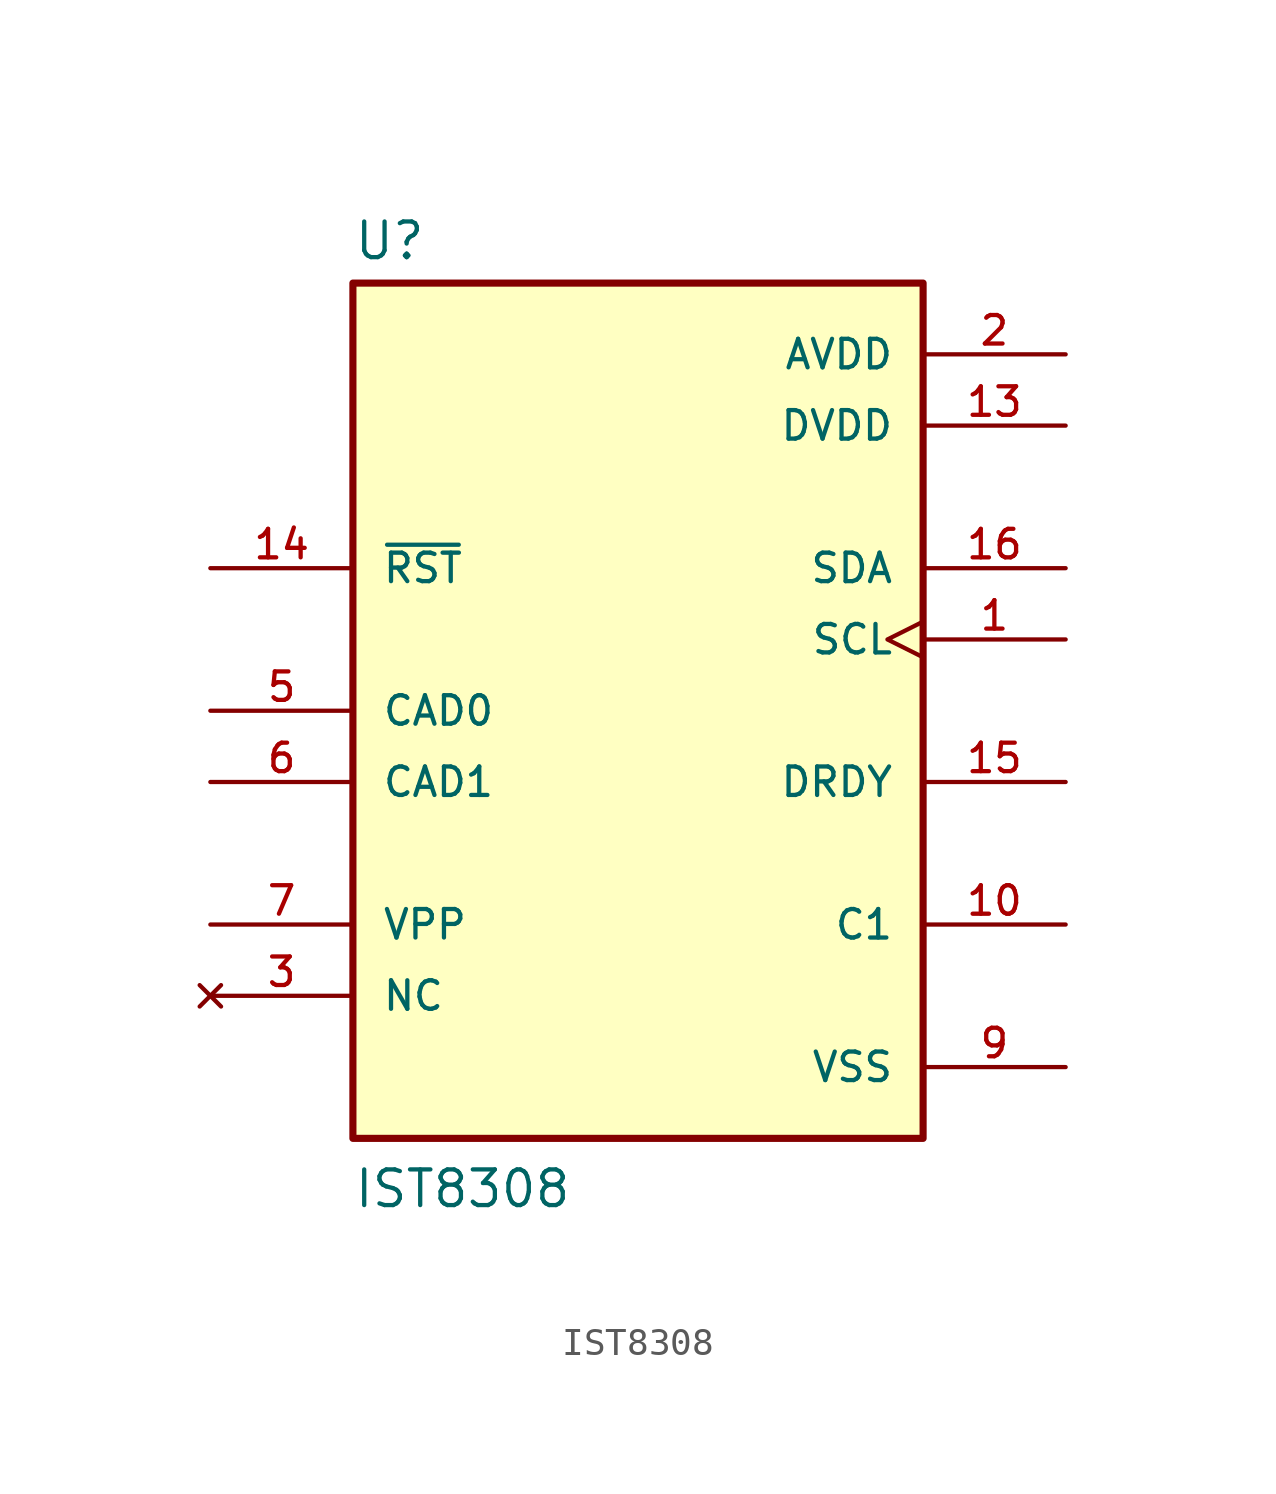
<source format=kicad_sym>
(kicad_symbol_lib
  (version 20211014)
  (generator kicad_symbol_editor)
  (symbol "IST8308"
    (pin_names
      (offset 1.016))
    (property "Reference" "U"
      (at -10.16 16.002 0)
      (effects (font (size 1.27 1.27)) (justify bottom left)))
    (property "Value" "IST8308"
      (at -10.16 -17.78 0)
      (effects (font (size 1.27 1.27)) (justify bottom left)))
    (symbol "IST8308_0_0"
      (rectangle (start -10.16 -15.24) (end 10.16 15.24) (stroke (width 0.254)) (fill (type background)))
      (pin input clock (at 15.24 2.54 180.0) (length 5.08) (name "SCL" (effects (font (size 1.016 1.016)))) (number "1" (effects (font (size 1.016 1.016)))))
      (pin power_in line (at 15.24 12.7 180.0) (length 5.08) (name "AVDD" (effects (font (size 1.016 1.016)))) (number "2" (effects (font (size 1.016 1.016)))))
      (pin no_connect line (at -15.24 -10.16 0) (length 5.08) (name "NC" (effects (font (size 1.016 1.016)))) (number "3" (effects (font (size 1.016 1.016)))))
      (pin no_connect line (at -15.24 -10.16 0) (length 5.08) hide (name "NC" (effects (font (size 1.016 1.016)))) (number "4" (effects (font (size 1.016 1.016)))))
      (pin no_connect line (at -15.24 -10.16 0) (length 5.08) hide (name "NC" (effects (font (size 1.016 1.016)))) (number "8" (effects (font (size 1.016 1.016)))))
      (pin no_connect line (at -15.24 -10.16 0) (length 5.08) hide (name "NC" (effects (font (size 1.016 1.016)))) (number "12" (effects (font (size 1.016 1.016)))))
      (pin input line (at -15.24 0.0 0) (length 5.08) (name "CAD0" (effects (font (size 1.016 1.016)))) (number "5" (effects (font (size 1.016 1.016)))))
      (pin passive line (at -15.24 -7.62 0) (length 5.08) (name "VPP" (effects (font (size 1.016 1.016)))) (number "7" (effects (font (size 1.016 1.016)))))
      (pin power_in line (at 15.24 -12.7 180.0) (length 5.08) (name "VSS" (effects (font (size 1.016 1.016)))) (number "9" (effects (font (size 1.016 1.016)))))
      (pin power_in line (at 15.24 -12.7 180.0) (length 5.08) hide (name "VSS" (effects (font (size 1.016 1.016)))) (number "11" (effects (font (size 1.016 1.016)))))
      (pin passive line (at 15.24 -7.62 180.0) (length 5.08) (name "C1" (effects (font (size 1.016 1.016)))) (number "10" (effects (font (size 1.016 1.016)))))
      (pin power_in line (at 15.24 10.16 180.0) (length 5.08) (name "DVDD" (effects (font (size 1.016 1.016)))) (number "13" (effects (font (size 1.016 1.016)))))
      (pin input line (at -15.24 5.08 0) (length 5.08) (name "~{RST}" (effects (font (size 1.016 1.016)))) (number "14" (effects (font (size 1.016 1.016)))))
      (pin output line (at 15.24 -2.54 180.0) (length 5.08) (name "DRDY" (effects (font (size 1.016 1.016)))) (number "15" (effects (font (size 1.016 1.016)))))
      (pin bidirectional line (at 15.24 5.08 180.0) (length 5.08) (name "SDA" (effects (font (size 1.016 1.016)))) (number "16" (effects (font (size 1.016 1.016)))))
      (pin input line (at -15.24 -2.54 0) (length 5.08) (name "CAD1" (effects (font (size 1.016 1.016)))) (number "6" (effects (font (size 1.016 1.016))))))))
</source>
